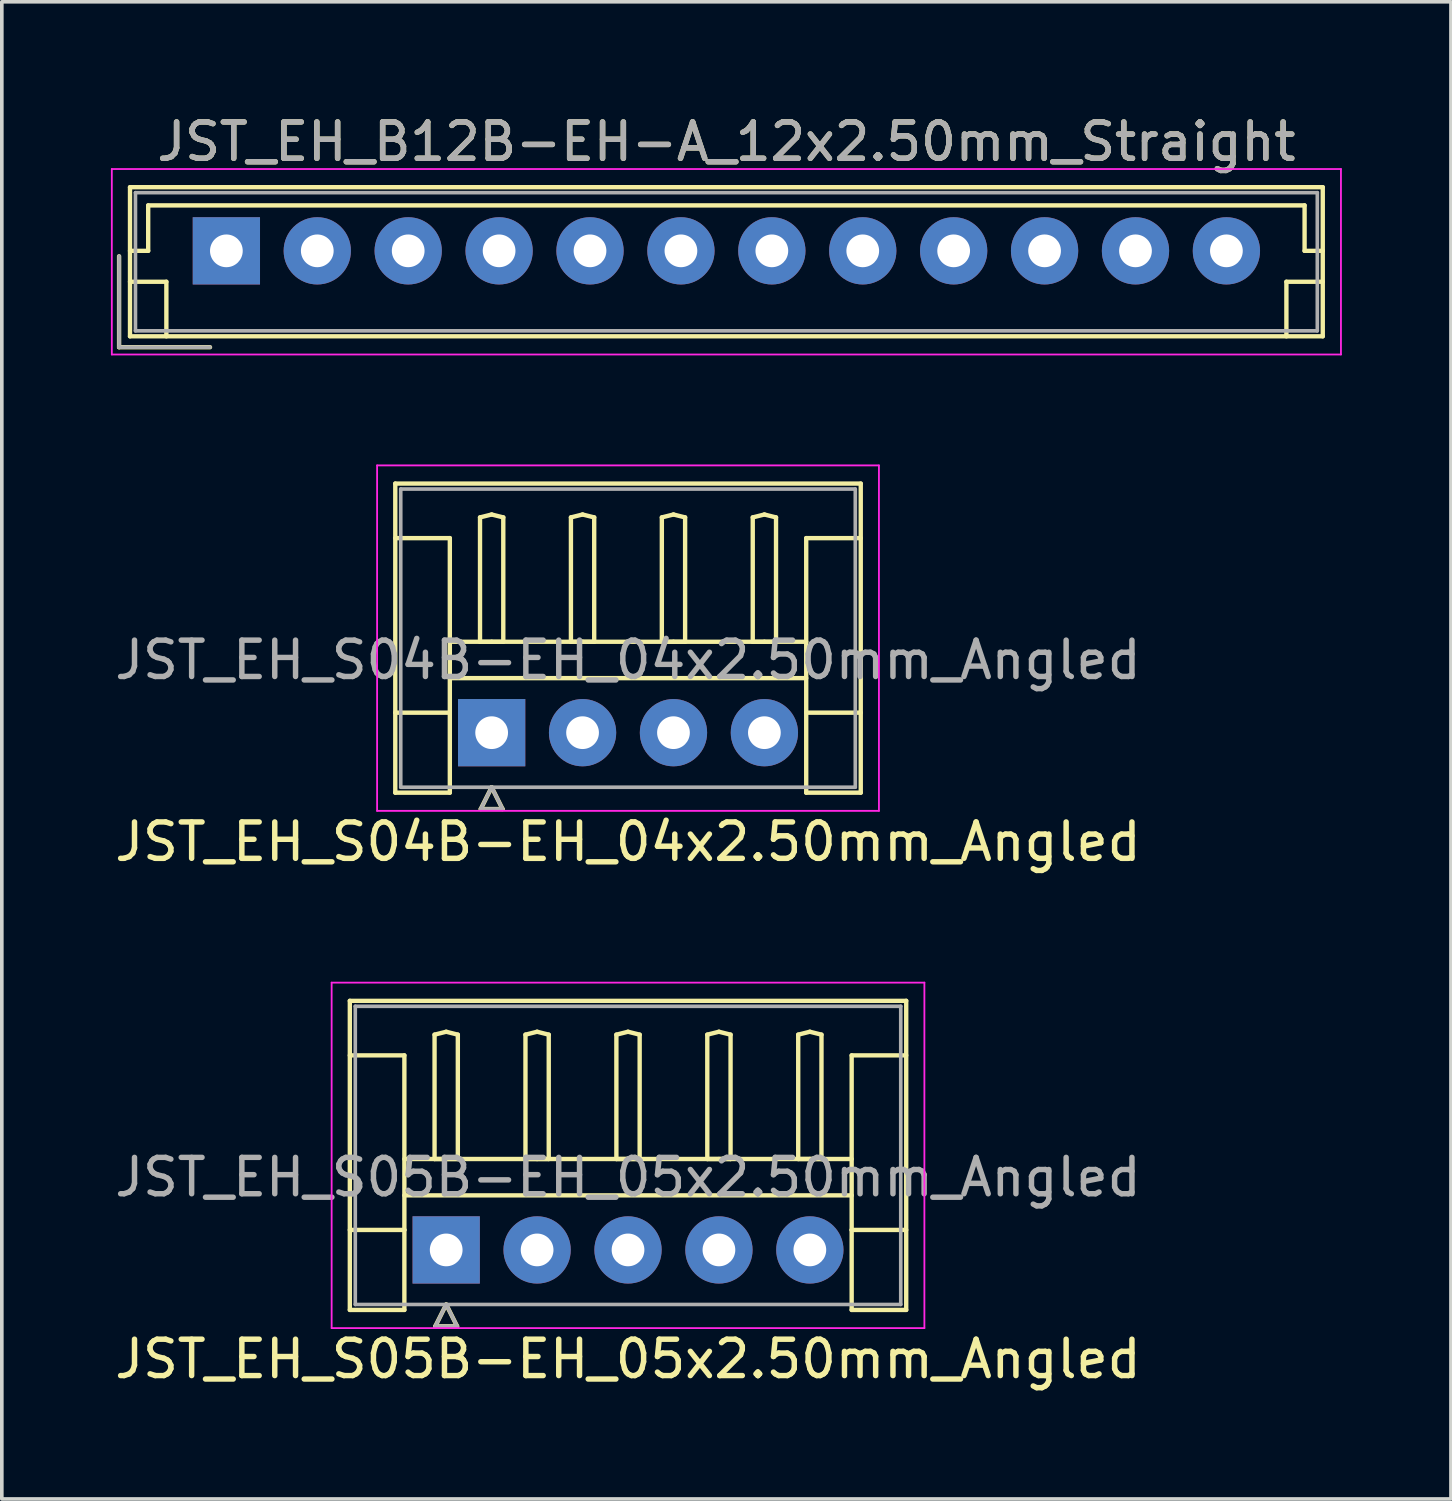
<source format=kicad_pcb>
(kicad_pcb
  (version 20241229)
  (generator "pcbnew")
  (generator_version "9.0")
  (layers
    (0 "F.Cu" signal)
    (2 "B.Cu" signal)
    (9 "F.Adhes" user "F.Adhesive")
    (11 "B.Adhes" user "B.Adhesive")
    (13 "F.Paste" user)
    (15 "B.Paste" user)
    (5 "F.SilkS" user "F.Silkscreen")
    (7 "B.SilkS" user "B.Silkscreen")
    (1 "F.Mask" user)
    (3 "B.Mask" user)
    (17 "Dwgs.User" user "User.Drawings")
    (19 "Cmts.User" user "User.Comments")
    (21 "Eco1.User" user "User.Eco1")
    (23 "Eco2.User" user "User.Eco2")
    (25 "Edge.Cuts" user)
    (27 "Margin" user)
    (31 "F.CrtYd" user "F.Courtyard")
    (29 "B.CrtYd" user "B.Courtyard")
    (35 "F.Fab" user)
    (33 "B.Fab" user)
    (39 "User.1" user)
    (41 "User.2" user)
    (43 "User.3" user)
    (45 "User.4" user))
  (footprint "JST_EH_S04B-EH_04x2.50mm_Angled"
    (layer "F.Cu")
    (at 10.47 17.098)
    (property "Reference" "JST_EH_S04B-EH_04x2.50mm_Angled" (at 3.75 3 0) (layer "F.SilkS") (effects (font (size 1 1) (thickness 0.15))))
    (attr through_hole)
    (fp_line (start -2.65 -6.85) (end 10.15 -6.85) (stroke (width 0.12) (type solid)) (layer "F.SilkS"))
    (fp_line (start -2.65 -5.35) (end -1.15 -5.35) (stroke (width 0.12) (type solid)) (layer "F.SilkS"))
    (fp_line (start -2.65 1.65) (end -2.65 -6.85) (stroke (width 0.12) (type solid)) (layer "F.SilkS"))
    (fp_line (start -1.15 -5.35) (end -1.15 -0.55) (stroke (width 0.12) (type solid)) (layer "F.SilkS"))
    (fp_line (start -1.15 -2.5) (end 8.65 -2.5) (stroke (width 0.12) (type solid)) (layer "F.SilkS"))
    (fp_line (start -1.15 -1.5) (end 8.65 -1.5) (stroke (width 0.12) (type solid)) (layer "F.SilkS"))
    (fp_line (start -1.15 -0.55) (end -2.65 -0.55) (stroke (width 0.12) (type solid)) (layer "F.SilkS"))
    (fp_line (start -1.15 -0.55) (end -1.15 1.65) (stroke (width 0.12) (type solid)) (layer "F.SilkS"))
    (fp_line (start -1.15 1.65) (end -2.65 1.65) (stroke (width 0.12) (type solid)) (layer "F.SilkS"))
    (fp_line (start -0.32 -5.92) (end 0 -6) (stroke (width 0.12) (type solid)) (layer "F.SilkS"))
    (fp_line (start -0.32 -2.5) (end -0.32 -5.92) (stroke (width 0.12) (type solid)) (layer "F.SilkS"))
    (fp_line (start -0.3 2.1) (end 0.3 2.1) (stroke (width 0.12) (type solid)) (layer "F.SilkS"))
    (fp_line (start 0 -6) (end 0.32 -5.92) (stroke (width 0.12) (type solid)) (layer "F.SilkS"))
    (fp_line (start 0 -2.5) (end -0.32 -2.5) (stroke (width 0.12) (type solid)) (layer "F.SilkS"))
    (fp_line (start 0 1.5) (end -0.3 2.1) (stroke (width 0.12) (type solid)) (layer "F.SilkS"))
    (fp_line (start 0.3 2.1) (end 0 1.5) (stroke (width 0.12) (type solid)) (layer "F.SilkS"))
    (fp_line (start 0.32 -5.92) (end 0.32 -2.5) (stroke (width 0.12) (type solid)) (layer "F.SilkS"))
    (fp_line (start 0.32 -2.5) (end 0 -2.5) (stroke (width 0.12) (type solid)) (layer "F.SilkS"))
    (fp_line (start 2.18 -5.92) (end 2.5 -6) (stroke (width 0.12) (type solid)) (layer "F.SilkS"))
    (fp_line (start 2.18 -2.5) (end 2.18 -5.92) (stroke (width 0.12) (type solid)) (layer "F.SilkS"))
    (fp_line (start 2.5 -6) (end 2.82 -5.92) (stroke (width 0.12) (type solid)) (layer "F.SilkS"))
    (fp_line (start 2.5 -2.5) (end 2.18 -2.5) (stroke (width 0.12) (type solid)) (layer "F.SilkS"))
    (fp_line (start 2.82 -5.92) (end 2.82 -2.5) (stroke (width 0.12) (type solid)) (layer "F.SilkS"))
    (fp_line (start 2.82 -2.5) (end 2.5 -2.5) (stroke (width 0.12) (type solid)) (layer "F.SilkS"))
    (fp_line (start 4.68 -5.92) (end 5 -6) (stroke (width 0.12) (type solid)) (layer "F.SilkS"))
    (fp_line (start 4.68 -2.5) (end 4.68 -5.92) (stroke (width 0.12) (type solid)) (layer "F.SilkS"))
    (fp_line (start 5 -6) (end 5.32 -5.92) (stroke (width 0.12) (type solid)) (layer "F.SilkS"))
    (fp_line (start 5 -2.5) (end 4.68 -2.5) (stroke (width 0.12) (type solid)) (layer "F.SilkS"))
    (fp_line (start 5.32 -5.92) (end 5.32 -2.5) (stroke (width 0.12) (type solid)) (layer "F.SilkS"))
    (fp_line (start 5.32 -2.5) (end 5 -2.5) (stroke (width 0.12) (type solid)) (layer "F.SilkS"))
    (fp_line (start 7.18 -5.92) (end 7.5 -6) (stroke (width 0.12) (type solid)) (layer "F.SilkS"))
    (fp_line (start 7.18 -2.5) (end 7.18 -5.92) (stroke (width 0.12) (type solid)) (layer "F.SilkS"))
    (fp_line (start 7.5 -6) (end 7.82 -5.92) (stroke (width 0.12) (type solid)) (layer "F.SilkS"))
    (fp_line (start 7.5 -2.5) (end 7.18 -2.5) (stroke (width 0.12) (type solid)) (layer "F.SilkS"))
    (fp_line (start 7.82 -5.92) (end 7.82 -2.5) (stroke (width 0.12) (type solid)) (layer "F.SilkS"))
    (fp_line (start 7.82 -2.5) (end 7.5 -2.5) (stroke (width 0.12) (type solid)) (layer "F.SilkS"))
    (fp_line (start 8.65 -5.35) (end 8.65 -0.55) (stroke (width 0.12) (type solid)) (layer "F.SilkS"))
    (fp_line (start 8.65 -0.55) (end 10.15 -0.55) (stroke (width 0.12) (type solid)) (layer "F.SilkS"))
    (fp_line (start 8.65 1.65) (end 8.65 -0.55) (stroke (width 0.12) (type solid)) (layer "F.SilkS"))
    (fp_line (start 10.15 -6.85) (end 10.15 1.65) (stroke (width 0.12) (type solid)) (layer "F.SilkS"))
    (fp_line (start 10.15 -5.35) (end 8.65 -5.35) (stroke (width 0.12) (type solid)) (layer "F.SilkS"))
    (fp_line (start 10.15 1.65) (end 8.65 1.65) (stroke (width 0.12) (type solid)) (layer "F.SilkS"))
    (fp_line (start -3.15 -7.35) (end -3.15 2.15) (stroke (width 0.05) (type solid)) (layer "F.CrtYd"))
    (fp_line (start -3.15 2.15) (end 10.65 2.15) (stroke (width 0.05) (type solid)) (layer "F.CrtYd"))
    (fp_line (start 10.65 -7.35) (end -3.15 -7.35) (stroke (width 0.05) (type solid)) (layer "F.CrtYd"))
    (fp_line (start 10.65 2.15) (end 10.65 -7.35) (stroke (width 0.05) (type solid)) (layer "F.CrtYd"))
    (fp_line (start -2.5 -6.7) (end -2.5 1.5) (stroke (width 0.1) (type solid)) (layer "F.Fab"))
    (fp_line (start -2.5 1.5) (end 10 1.5) (stroke (width 0.1) (type solid)) (layer "F.Fab"))
    (fp_line (start -0.3 2.1) (end 0.3 2.1) (stroke (width 0.1) (type solid)) (layer "F.Fab"))
    (fp_line (start 0 1.5) (end -0.3 2.1) (stroke (width 0.1) (type solid)) (layer "F.Fab"))
    (fp_line (start 0.3 2.1) (end 0 1.5) (stroke (width 0.1) (type solid)) (layer "F.Fab"))
    (fp_line (start 10 -6.7) (end -2.5 -6.7) (stroke (width 0.1) (type solid)) (layer "F.Fab"))
    (fp_line (start 10 1.5) (end 10 -6.7) (stroke (width 0.1) (type solid)) (layer "F.Fab"))
    (fp_text user "${REFERENCE}" (at 3.75 -2 0) (layer "F.Fab") (effects (font (size 1 1) (thickness 0.15))))
    (pad "1" thru_hole rect (at 0 0) (size 1.85 1.85) (drill 0.9) (layers "*.Cu" "*.Mask"))
    (pad "2" thru_hole circle (at 2.5 0) (size 1.85 1.85) (drill 0.9) (layers "*.Cu" "*.Mask"))
    (pad "3" thru_hole circle (at 5 0) (size 1.85 1.85) (drill 0.9) (layers "*.Cu" "*.Mask"))
    (pad "4" thru_hole circle (at 7.5 0) (size 1.85 1.85) (drill 0.9) (layers "*.Cu" "*.Mask")))
  (footprint "JST_EH_S05B-EH_05x2.50mm_Angled"
    (layer "F.Cu")
    (at 9.22 31.322)
    (property "Reference" "JST_EH_S05B-EH_05x2.50mm_Angled" (at 5 3 0) (layer "F.SilkS") (effects (font (size 1 1) (thickness 0.15))))
    (attr through_hole)
    (fp_line (start -2.65 -6.85) (end 12.65 -6.85) (stroke (width 0.12) (type solid)) (layer "F.SilkS"))
    (fp_line (start -2.65 -5.35) (end -1.15 -5.35) (stroke (width 0.12) (type solid)) (layer "F.SilkS"))
    (fp_line (start -2.65 1.65) (end -2.65 -6.85) (stroke (width 0.12) (type solid)) (layer "F.SilkS"))
    (fp_line (start -1.15 -5.35) (end -1.15 -0.55) (stroke (width 0.12) (type solid)) (layer "F.SilkS"))
    (fp_line (start -1.15 -2.5) (end 11.15 -2.5) (stroke (width 0.12) (type solid)) (layer "F.SilkS"))
    (fp_line (start -1.15 -1.5) (end 11.15 -1.5) (stroke (width 0.12) (type solid)) (layer "F.SilkS"))
    (fp_line (start -1.15 -0.55) (end -2.65 -0.55) (stroke (width 0.12) (type solid)) (layer "F.SilkS"))
    (fp_line (start -1.15 -0.55) (end -1.15 1.65) (stroke (width 0.12) (type solid)) (layer "F.SilkS"))
    (fp_line (start -1.15 1.65) (end -2.65 1.65) (stroke (width 0.12) (type solid)) (layer "F.SilkS"))
    (fp_line (start -0.32 -5.92) (end 0 -6) (stroke (width 0.12) (type solid)) (layer "F.SilkS"))
    (fp_line (start -0.32 -2.5) (end -0.32 -5.92) (stroke (width 0.12) (type solid)) (layer "F.SilkS"))
    (fp_line (start -0.3 2.1) (end 0.3 2.1) (stroke (width 0.12) (type solid)) (layer "F.SilkS"))
    (fp_line (start 0 -6) (end 0.32 -5.92) (stroke (width 0.12) (type solid)) (layer "F.SilkS"))
    (fp_line (start 0 -2.5) (end -0.32 -2.5) (stroke (width 0.12) (type solid)) (layer "F.SilkS"))
    (fp_line (start 0 1.5) (end -0.3 2.1) (stroke (width 0.12) (type solid)) (layer "F.SilkS"))
    (fp_line (start 0.3 2.1) (end 0 1.5) (stroke (width 0.12) (type solid)) (layer "F.SilkS"))
    (fp_line (start 0.32 -5.92) (end 0.32 -2.5) (stroke (width 0.12) (type solid)) (layer "F.SilkS"))
    (fp_line (start 0.32 -2.5) (end 0 -2.5) (stroke (width 0.12) (type solid)) (layer "F.SilkS"))
    (fp_line (start 2.18 -5.92) (end 2.5 -6) (stroke (width 0.12) (type solid)) (layer "F.SilkS"))
    (fp_line (start 2.18 -2.5) (end 2.18 -5.92) (stroke (width 0.12) (type solid)) (layer "F.SilkS"))
    (fp_line (start 2.5 -6) (end 2.82 -5.92) (stroke (width 0.12) (type solid)) (layer "F.SilkS"))
    (fp_line (start 2.5 -2.5) (end 2.18 -2.5) (stroke (width 0.12) (type solid)) (layer "F.SilkS"))
    (fp_line (start 2.82 -5.92) (end 2.82 -2.5) (stroke (width 0.12) (type solid)) (layer "F.SilkS"))
    (fp_line (start 2.82 -2.5) (end 2.5 -2.5) (stroke (width 0.12) (type solid)) (layer "F.SilkS"))
    (fp_line (start 4.68 -5.92) (end 5 -6) (stroke (width 0.12) (type solid)) (layer "F.SilkS"))
    (fp_line (start 4.68 -2.5) (end 4.68 -5.92) (stroke (width 0.12) (type solid)) (layer "F.SilkS"))
    (fp_line (start 5 -6) (end 5.32 -5.92) (stroke (width 0.12) (type solid)) (layer "F.SilkS"))
    (fp_line (start 5 -2.5) (end 4.68 -2.5) (stroke (width 0.12) (type solid)) (layer "F.SilkS"))
    (fp_line (start 5.32 -5.92) (end 5.32 -2.5) (stroke (width 0.12) (type solid)) (layer "F.SilkS"))
    (fp_line (start 5.32 -2.5) (end 5 -2.5) (stroke (width 0.12) (type solid)) (layer "F.SilkS"))
    (fp_line (start 7.18 -5.92) (end 7.5 -6) (stroke (width 0.12) (type solid)) (layer "F.SilkS"))
    (fp_line (start 7.18 -2.5) (end 7.18 -5.92) (stroke (width 0.12) (type solid)) (layer "F.SilkS"))
    (fp_line (start 7.5 -6) (end 7.82 -5.92) (stroke (width 0.12) (type solid)) (layer "F.SilkS"))
    (fp_line (start 7.5 -2.5) (end 7.18 -2.5) (stroke (width 0.12) (type solid)) (layer "F.SilkS"))
    (fp_line (start 7.82 -5.92) (end 7.82 -2.5) (stroke (width 0.12) (type solid)) (layer "F.SilkS"))
    (fp_line (start 7.82 -2.5) (end 7.5 -2.5) (stroke (width 0.12) (type solid)) (layer "F.SilkS"))
    (fp_line (start 9.68 -5.92) (end 10 -6) (stroke (width 0.12) (type solid)) (layer "F.SilkS"))
    (fp_line (start 9.68 -2.5) (end 9.68 -5.92) (stroke (width 0.12) (type solid)) (layer "F.SilkS"))
    (fp_line (start 10 -6) (end 10.32 -5.92) (stroke (width 0.12) (type solid)) (layer "F.SilkS"))
    (fp_line (start 10 -2.5) (end 9.68 -2.5) (stroke (width 0.12) (type solid)) (layer "F.SilkS"))
    (fp_line (start 10.32 -5.92) (end 10.32 -2.5) (stroke (width 0.12) (type solid)) (layer "F.SilkS"))
    (fp_line (start 10.32 -2.5) (end 10 -2.5) (stroke (width 0.12) (type solid)) (layer "F.SilkS"))
    (fp_line (start 11.15 -5.35) (end 11.15 -0.55) (stroke (width 0.12) (type solid)) (layer "F.SilkS"))
    (fp_line (start 11.15 -0.55) (end 12.65 -0.55) (stroke (width 0.12) (type solid)) (layer "F.SilkS"))
    (fp_line (start 11.15 1.65) (end 11.15 -0.55) (stroke (width 0.12) (type solid)) (layer "F.SilkS"))
    (fp_line (start 12.65 -6.85) (end 12.65 1.65) (stroke (width 0.12) (type solid)) (layer "F.SilkS"))
    (fp_line (start 12.65 -5.35) (end 11.15 -5.35) (stroke (width 0.12) (type solid)) (layer "F.SilkS"))
    (fp_line (start 12.65 1.65) (end 11.15 1.65) (stroke (width 0.12) (type solid)) (layer "F.SilkS"))
    (fp_line (start -3.15 -7.35) (end -3.15 2.15) (stroke (width 0.05) (type solid)) (layer "F.CrtYd"))
    (fp_line (start -3.15 2.15) (end 13.15 2.15) (stroke (width 0.05) (type solid)) (layer "F.CrtYd"))
    (fp_line (start 13.15 -7.35) (end -3.15 -7.35) (stroke (width 0.05) (type solid)) (layer "F.CrtYd"))
    (fp_line (start 13.15 2.15) (end 13.15 -7.35) (stroke (width 0.05) (type solid)) (layer "F.CrtYd"))
    (fp_line (start -2.5 -6.7) (end -2.5 1.5) (stroke (width 0.1) (type solid)) (layer "F.Fab"))
    (fp_line (start -2.5 1.5) (end 12.5 1.5) (stroke (width 0.1) (type solid)) (layer "F.Fab"))
    (fp_line (start -0.3 2.1) (end 0.3 2.1) (stroke (width 0.1) (type solid)) (layer "F.Fab"))
    (fp_line (start 0 1.5) (end -0.3 2.1) (stroke (width 0.1) (type solid)) (layer "F.Fab"))
    (fp_line (start 0.3 2.1) (end 0 1.5) (stroke (width 0.1) (type solid)) (layer "F.Fab"))
    (fp_line (start 12.5 -6.7) (end -2.5 -6.7) (stroke (width 0.1) (type solid)) (layer "F.Fab"))
    (fp_line (start 12.5 1.5) (end 12.5 -6.7) (stroke (width 0.1) (type solid)) (layer "F.Fab"))
    (fp_text user "${REFERENCE}" (at 5 -2 0) (layer "F.Fab") (effects (font (size 1 1) (thickness 0.15))))
    (pad "1" thru_hole rect (at 0 0) (size 1.85 1.85) (drill 0.9) (layers "*.Cu" "*.Mask"))
    (pad "2" thru_hole circle (at 2.5 0) (size 1.85 1.85) (drill 0.9) (layers "*.Cu" "*.Mask"))
    (pad "3" thru_hole circle (at 5 0) (size 1.85 1.85) (drill 0.9) (layers "*.Cu" "*.Mask"))
    (pad "4" thru_hole circle (at 7.5 0) (size 1.85 1.85) (drill 0.9) (layers "*.Cu" "*.Mask"))
    (pad "5" thru_hole circle (at 10 0) (size 1.85 1.85) (drill 0.9) (layers "*.Cu" "*.Mask")))
  (footprint "JST_EH_B12B-EH-A_12x2.50mm_Straight"
    (layer "F.Cu")
    (at 3.175 3.848)
    (property "Reference" "JST_EH_B12B-EH-A_12x2.50mm_Straight" (at 13.75 -3 0) (layer "F.SilkS") (effects (font (size 1 1) (thickness 0.15))))
    (attr through_hole)
    (fp_line (start -2.95 0.15) (end -2.95 2.65) (stroke (width 0.12) (type solid)) (layer "F.SilkS"))
    (fp_line (start -2.95 2.65) (end -0.45 2.65) (stroke (width 0.12) (type solid)) (layer "F.SilkS"))
    (fp_line (start -2.65 -1.75) (end -2.65 2.35) (stroke (width 0.12) (type solid)) (layer "F.SilkS"))
    (fp_line (start -2.65 0) (end -2.15 0) (stroke (width 0.12) (type solid)) (layer "F.SilkS"))
    (fp_line (start -2.65 0.85) (end -1.65 0.85) (stroke (width 0.12) (type solid)) (layer "F.SilkS"))
    (fp_line (start -2.65 2.35) (end 30.15 2.35) (stroke (width 0.12) (type solid)) (layer "F.SilkS"))
    (fp_line (start -2.15 -1.25) (end 29.65 -1.25) (stroke (width 0.12) (type solid)) (layer "F.SilkS"))
    (fp_line (start -2.15 0) (end -2.15 -1.25) (stroke (width 0.12) (type solid)) (layer "F.SilkS"))
    (fp_line (start -1.65 0.85) (end -1.65 2.35) (stroke (width 0.12) (type solid)) (layer "F.SilkS"))
    (fp_line (start 29.15 0.85) (end 29.15 2.35) (stroke (width 0.12) (type solid)) (layer "F.SilkS"))
    (fp_line (start 29.65 -1.25) (end 29.65 0) (stroke (width 0.12) (type solid)) (layer "F.SilkS"))
    (fp_line (start 29.65 0) (end 30.15 0) (stroke (width 0.12) (type solid)) (layer "F.SilkS"))
    (fp_line (start 30.15 -1.75) (end -2.65 -1.75) (stroke (width 0.12) (type solid)) (layer "F.SilkS"))
    (fp_line (start 30.15 0.85) (end 29.15 0.85) (stroke (width 0.12) (type solid)) (layer "F.SilkS"))
    (fp_line (start 30.15 2.35) (end 30.15 -1.75) (stroke (width 0.12) (type solid)) (layer "F.SilkS"))
    (fp_line (start -3.15 -2.25) (end -3.15 2.85) (stroke (width 0.05) (type solid)) (layer "F.CrtYd"))
    (fp_line (start -3.15 2.85) (end 30.65 2.85) (stroke (width 0.05) (type solid)) (layer "F.CrtYd"))
    (fp_line (start 30.65 -2.25) (end -3.15 -2.25) (stroke (width 0.05) (type solid)) (layer "F.CrtYd"))
    (fp_line (start 30.65 2.85) (end 30.65 -2.25) (stroke (width 0.05) (type solid)) (layer "F.CrtYd"))
    (fp_line (start -2.95 0.15) (end -2.95 2.65) (stroke (width 0.1) (type solid)) (layer "F.Fab"))
    (fp_line (start -2.95 2.65) (end -0.45 2.65) (stroke (width 0.1) (type solid)) (layer "F.Fab"))
    (fp_line (start -2.5 -1.6) (end -2.5 2.2) (stroke (width 0.1) (type solid)) (layer "F.Fab"))
    (fp_line (start -2.5 2.2) (end 30 2.2) (stroke (width 0.1) (type solid)) (layer "F.Fab"))
    (fp_line (start 30 -1.6) (end -2.5 -1.6) (stroke (width 0.1) (type solid)) (layer "F.Fab"))
    (fp_line (start 30 2.2) (end 30 -1.6) (stroke (width 0.1) (type solid)) (layer "F.Fab"))
    (fp_text user "${REFERENCE}" (at 13.75 -3 0) (layer "F.Fab") (effects (font (size 1 1) (thickness 0.15))))
    (pad "1" thru_hole rect (at 0 0) (size 1.85 1.85) (drill 0.9) (layers "*.Cu" "*.Mask"))
    (pad "2" thru_hole circle (at 2.5 0) (size 1.85 1.85) (drill 0.9) (layers "*.Cu" "*.Mask"))
    (pad "3" thru_hole circle (at 5 0) (size 1.85 1.85) (drill 0.9) (layers "*.Cu" "*.Mask"))
    (pad "4" thru_hole circle (at 7.5 0) (size 1.85 1.85) (drill 0.9) (layers "*.Cu" "*.Mask"))
    (pad "5" thru_hole circle (at 10 0) (size 1.85 1.85) (drill 0.9) (layers "*.Cu" "*.Mask"))
    (pad "6" thru_hole circle (at 12.5 0) (size 1.85 1.85) (drill 0.9) (layers "*.Cu" "*.Mask"))
    (pad "7" thru_hole circle (at 15 0) (size 1.85 1.85) (drill 0.9) (layers "*.Cu" "*.Mask"))
    (pad "8" thru_hole circle (at 17.5 0) (size 1.85 1.85) (drill 0.9) (layers "*.Cu" "*.Mask"))
    (pad "9" thru_hole circle (at 20 0) (size 1.85 1.85) (drill 0.9) (layers "*.Cu" "*.Mask"))
    (pad "10" thru_hole circle (at 22.5 0) (size 1.85 1.85) (drill 0.9) (layers "*.Cu" "*.Mask"))
    (pad "11" thru_hole circle (at 25 0) (size 1.85 1.85) (drill 0.9) (layers "*.Cu" "*.Mask"))
    (pad "12" thru_hole circle (at 27.5 0) (size 1.85 1.85) (drill 0.9) (layers "*.Cu" "*.Mask")))
  (gr_rect
    (start -3 -3)
    (end 36.85 38.17)
    (stroke (width 0.1) (type default))
    (fill no)
    (layer "Edge.Cuts")))
</source>
